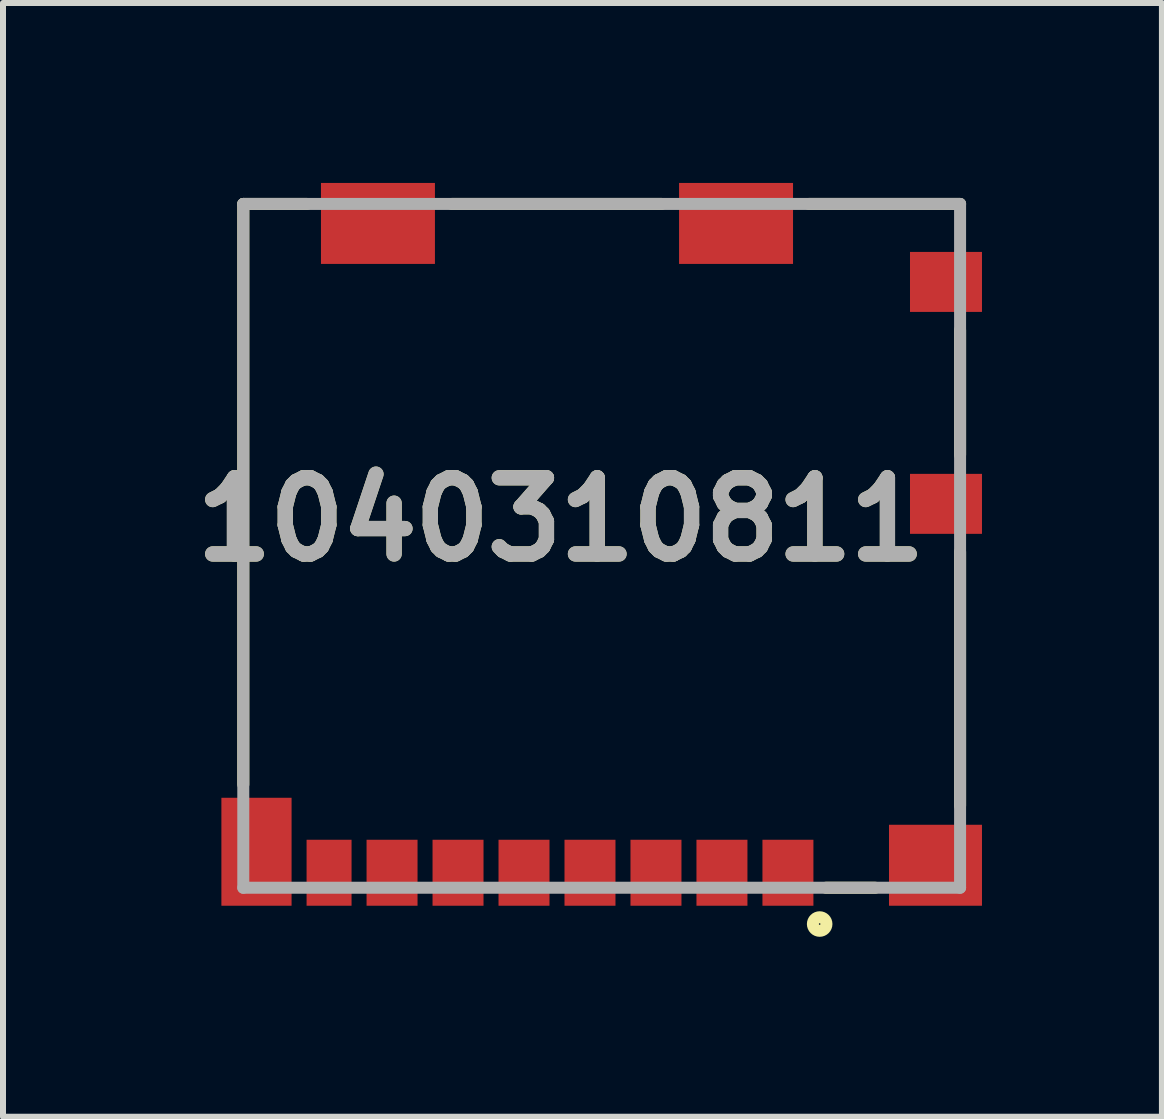
<source format=kicad_pcb>
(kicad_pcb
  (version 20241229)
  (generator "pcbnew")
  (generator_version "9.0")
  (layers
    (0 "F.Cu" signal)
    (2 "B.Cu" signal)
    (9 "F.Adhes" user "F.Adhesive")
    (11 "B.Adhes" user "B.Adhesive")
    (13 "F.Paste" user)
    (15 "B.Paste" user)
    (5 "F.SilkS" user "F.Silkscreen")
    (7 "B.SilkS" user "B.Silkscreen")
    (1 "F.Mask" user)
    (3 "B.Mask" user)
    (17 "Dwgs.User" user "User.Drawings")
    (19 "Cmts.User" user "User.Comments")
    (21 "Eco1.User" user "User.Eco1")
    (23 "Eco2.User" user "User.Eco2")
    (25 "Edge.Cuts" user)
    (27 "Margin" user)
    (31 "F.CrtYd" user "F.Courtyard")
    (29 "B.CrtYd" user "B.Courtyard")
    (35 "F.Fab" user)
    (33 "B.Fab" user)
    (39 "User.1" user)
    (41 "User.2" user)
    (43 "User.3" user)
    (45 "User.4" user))
  (footprint "1040310811"
    (layer "F.Cu")
    (at 6.981 11.75)
    (property "Reference" "1040310811" (at -0.679 -6.139 0) (layer "F.SilkS") (effects (font (size 1.27 1.27) (thickness 0.254))))
    (attr smd)
    (fp_line (start -5.975 -11.4) (end -5.975 -1.721) (stroke (width 0.2) (type solid)) (layer "F.SilkS"))
    (fp_line (start -5.975 -11.4) (end -4.914 -11.4) (stroke (width 0.2) (type solid)) (layer "F.SilkS"))
    (fp_line (start -2.5 -11.4) (end 1 -11.4) (stroke (width 0.2) (type solid)) (layer "F.SilkS"))
    (fp_line (start 3.739 0) (end 4.56 0) (stroke (width 0.2) (type solid)) (layer "F.SilkS"))
    (fp_line (start 5.975 -11.4) (end 3.455 -11.4) (stroke (width 0.2) (type solid)) (layer "F.SilkS"))
    (fp_line (start 5.975 -9.297) (end 5.975 -7.216) (stroke (width 0.2) (type solid)) (layer "F.SilkS"))
    (fp_line (start 5.975 -5.601) (end 5.975 -1.367) (stroke (width 0.2) (type solid)) (layer "F.SilkS"))
    (fp_circle (center 3.634 0.605) (end 3.634 0.718) (stroke (width 0.2) (type solid)) (fill no) (layer "F.SilkS"))
    (fp_line (start -5.975 -11.4) (end 5.975 -11.4) (stroke (width 0.2) (type solid)) (layer "F.Fab"))
    (fp_line (start -5.975 0) (end -5.975 -11.4) (stroke (width 0.2) (type solid)) (layer "F.Fab"))
    (fp_line (start 5.975 -11.4) (end 5.975 0) (stroke (width 0.2) (type solid)) (layer "F.Fab"))
    (fp_line (start 5.975 0) (end -5.975 0) (stroke (width 0.2) (type solid)) (layer "F.Fab"))
    (fp_text user "${REFERENCE}" (at -0.679 -6.139 0) (layer "F.Fab") (effects (font (size 1.27 1.27) (thickness 0.254))))
    (pad "1" smd rect (at 3.105 -0.25) (size 0.85 1.1) (layers "F.Cu" "F.Mask" "F.Paste"))
    (pad "2" smd rect (at 2.005 -0.25) (size 0.85 1.1) (layers "F.Cu" "F.Mask" "F.Paste"))
    (pad "3" smd rect (at 0.905 -0.25) (size 0.85 1.1) (layers "F.Cu" "F.Mask" "F.Paste"))
    (pad "4" smd rect (at -0.195 -0.25) (size 0.85 1.1) (layers "F.Cu" "F.Mask" "F.Paste"))
    (pad "5" smd rect (at -1.295 -0.25) (size 0.85 1.1) (layers "F.Cu" "F.Mask" "F.Paste"))
    (pad "6" smd rect (at -2.395 -0.25) (size 0.85 1.1) (layers "F.Cu" "F.Mask" "F.Paste"))
    (pad "7" smd rect (at -3.495 -0.25) (size 0.85 1.1) (layers "F.Cu" "F.Mask" "F.Paste"))
    (pad "8" smd rect (at -4.545 -0.25) (size 0.75 1.1) (layers "F.Cu" "F.Mask" "F.Paste"))
    (pad "9" smd rect (at -5.755 -0.6) (size 1.17 1.8) (layers "F.Cu" "F.Mask" "F.Paste"))
    (pad "10" smd rect (at -3.73 -11.075 90) (size 1.35 1.9) (layers "F.Cu" "F.Mask" "F.Paste"))
    (pad "11" smd rect (at 2.24 -11.075 90) (size 1.35 1.9) (layers "F.Cu" "F.Mask" "F.Paste"))
    (pad "12" smd rect (at 5.74 -10.1 90) (size 1 1.2) (layers "F.Cu" "F.Mask" "F.Paste"))
    (pad "13" smd rect (at 5.74 -6.4 90) (size 1 1.2) (layers "F.Cu" "F.Mask" "F.Paste"))
    (pad "14" smd rect (at 5.565 -0.375 90) (size 1.35 1.55) (layers "F.Cu" "F.Mask" "F.Paste")))
  (gr_rect
    (start -3 -3)
    (end 16.321 15.568)
    (stroke (width 0.1) (type default))
    (fill no)
    (layer "Edge.Cuts")))
</source>
